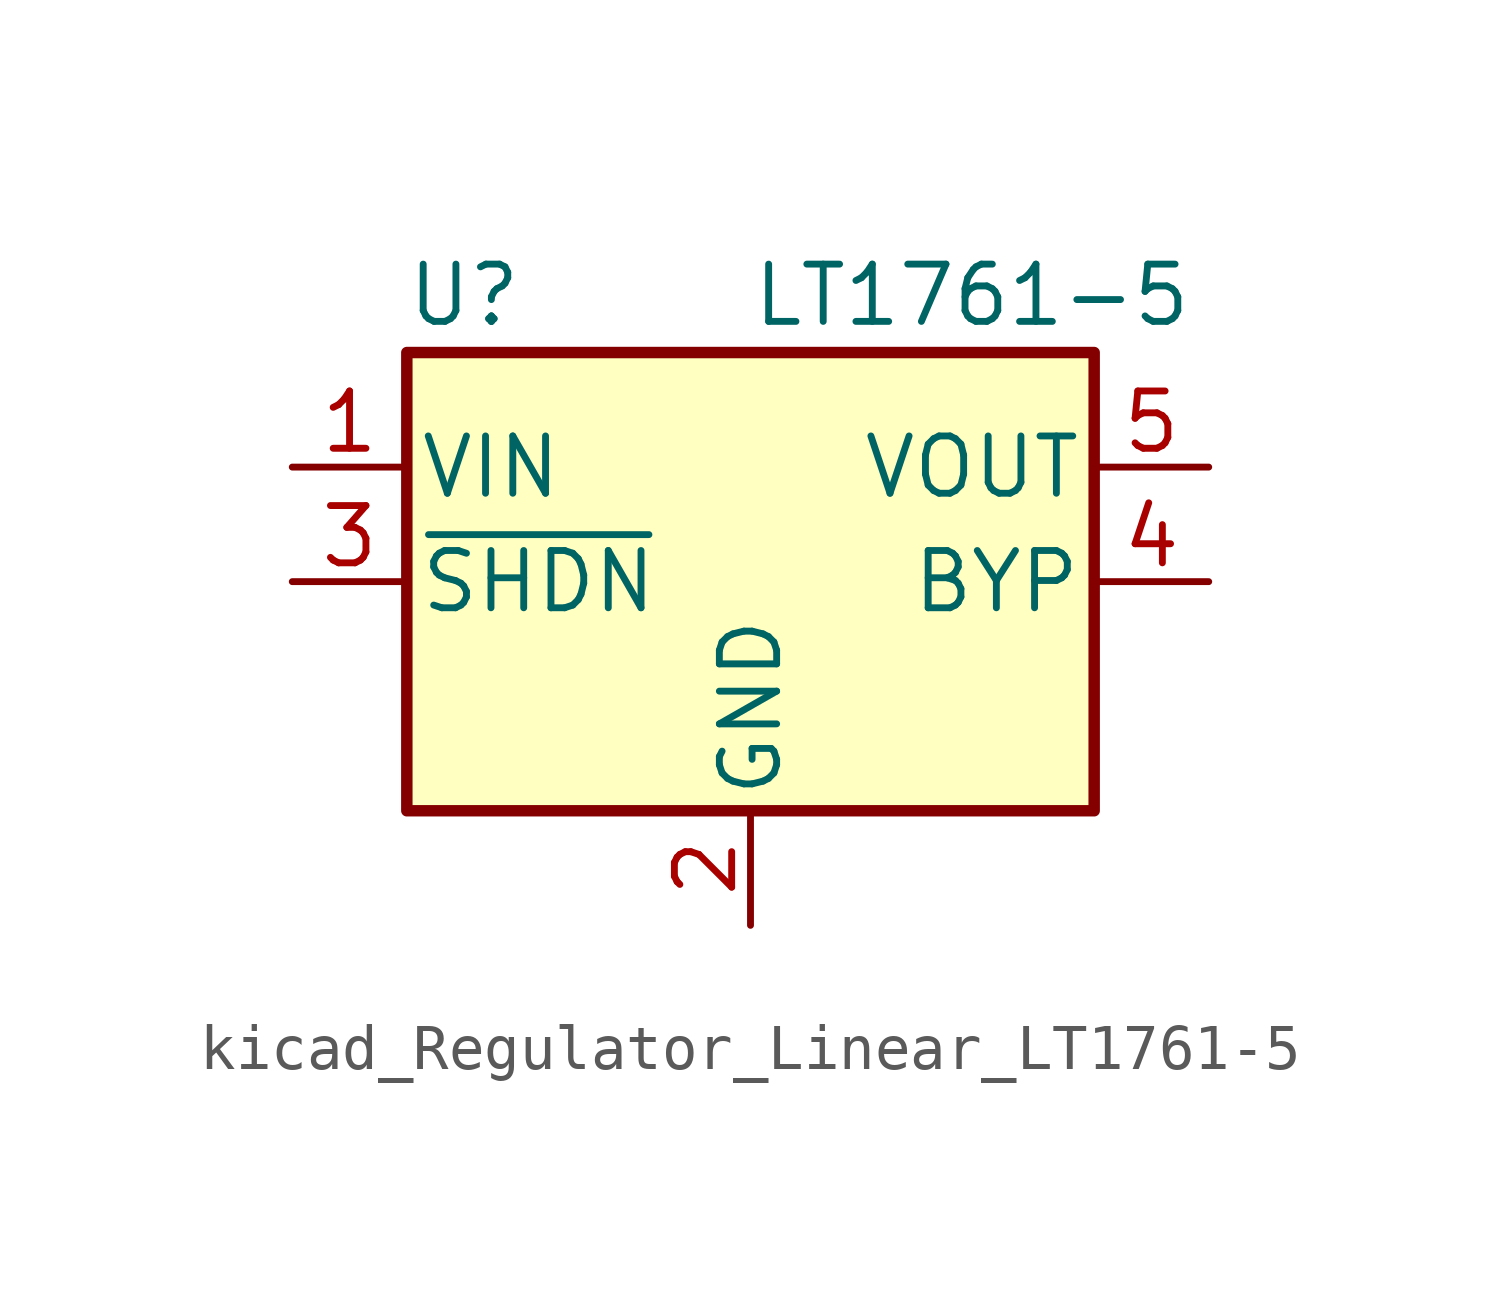
<source format=kicad_sym>
(kicad_symbol_lib
  (version 20220914)
  (generator kicad_symbol_editor)
  (symbol "kicad_Regulator_Linear_LT1761-5"
    (pin_names
      (offset 0.254))
    (property "Reference" "U"
      (at -6.35 6.35 0)
      (effects (font (size 1.27 1.27))))
    (property "Value" "LT1761-5"
      (at 0 6.35 0)
      (effects (font (size 1.27 1.27)) (justify left)))
    (symbol "kicad_Regulator_Linear_LT1761-5_0_1"
      (rectangle (start -7.62 5.08) (end 7.62 -5.08) (stroke (width 0.254) (type default)) (fill (type background))))
    (symbol "kicad_Regulator_Linear_LT1761-5_1_1"
      (pin power_in line (at -10.16 2.54 0) (length 2.54) (name "VIN" (effects (font (size 1.27 1.27)))) (number "1" (effects (font (size 1.27 1.27)))))
      (pin power_in line (at 0 -7.62 90) (length 2.54) (name "GND" (effects (font (size 1.27 1.27)))) (number "2" (effects (font (size 1.27 1.27)))))
      (pin input line (at -10.16 0 0) (length 2.54) (name "~{SHDN}" (effects (font (size 1.27 1.27)))) (number "3" (effects (font (size 1.27 1.27)))))
      (pin passive line (at 10.16 0 180) (length 2.54) (name "BYP" (effects (font (size 1.27 1.27)))) (number "4" (effects (font (size 1.27 1.27)))))
      (pin power_out line (at 10.16 2.54 180) (length 2.54) (name "VOUT" (effects (font (size 1.27 1.27)))) (number "5" (effects (font (size 1.27 1.27))))))))
</source>
